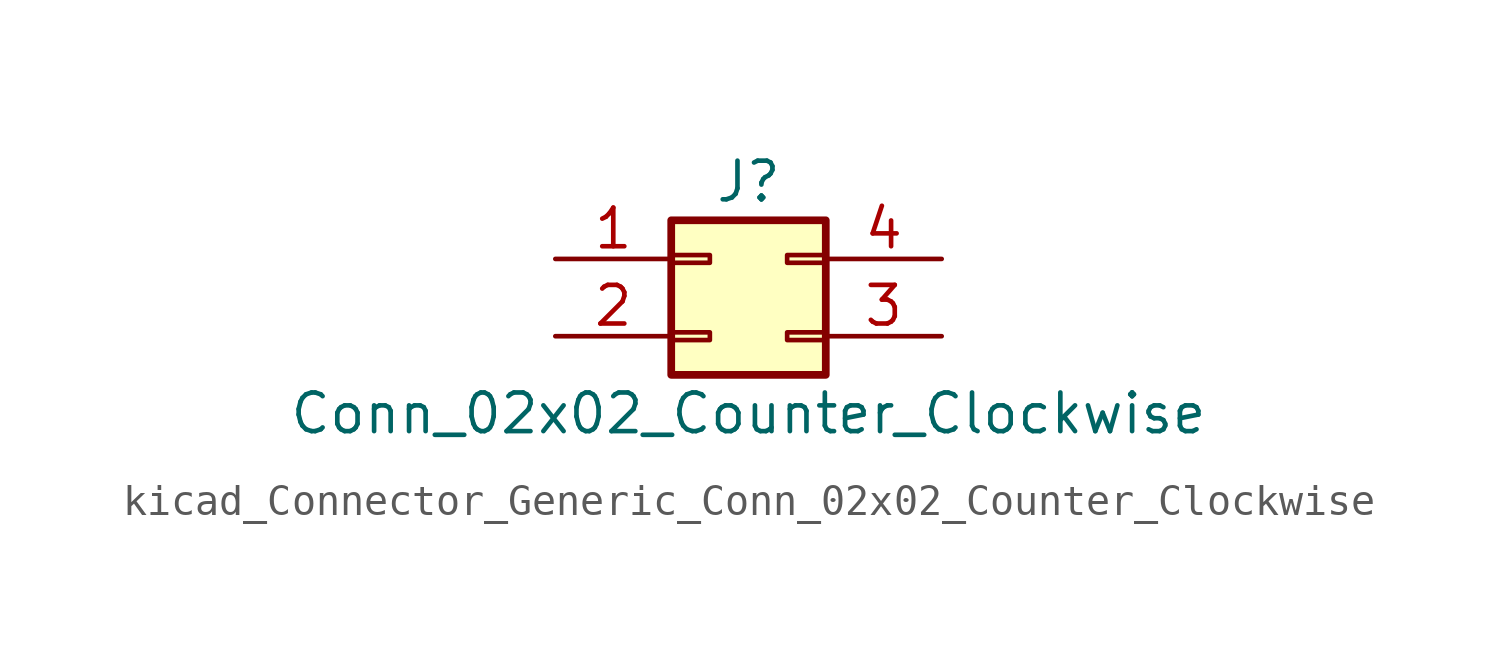
<source format=kicad_sym>
(kicad_symbol_lib
  (version 20220914)
  (generator kicad_symbol_editor)
  (symbol "kicad_Connector_Generic_Conn_02x02_Counter_Clockwise"
    (pin_names
      (offset 1.016) hide)
    (property "Reference" "J"
      (at 1.27 2.54 0)
      (effects (font (size 1.27 1.27))))
    (property "Value" "Conn_02x02_Counter_Clockwise"
      (at 1.27 -5.08 0)
      (effects (font (size 1.27 1.27))))
    (symbol "kicad_Connector_Generic_Conn_02x02_Counter_Clockwise_1_1"
      (rectangle (start -1.27 -2.413) (end 0 -2.667) (stroke (width 0.152) (type default)) (fill (type none)))
      (rectangle (start -1.27 0.127) (end 0 -0.127) (stroke (width 0.152) (type default)) (fill (type none)))
      (rectangle (start -1.27 1.27) (end 3.81 -3.81) (stroke (width 0.254) (type default)) (fill (type background)))
      (rectangle (start 3.81 -2.413) (end 2.54 -2.667) (stroke (width 0.152) (type default)) (fill (type none)))
      (rectangle (start 3.81 0.127) (end 2.54 -0.127) (stroke (width 0.152) (type default)) (fill (type none)))
      (pin passive line (at -5.08 0 0) (length 3.81) (name "Pin_1" (effects (font (size 1.27 1.27)))) (number "1" (effects (font (size 1.27 1.27)))))
      (pin passive line (at -5.08 -2.54 0) (length 3.81) (name "Pin_2" (effects (font (size 1.27 1.27)))) (number "2" (effects (font (size 1.27 1.27)))))
      (pin passive line (at 7.62 -2.54 180) (length 3.81) (name "Pin_3" (effects (font (size 1.27 1.27)))) (number "3" (effects (font (size 1.27 1.27)))))
      (pin passive line (at 7.62 0 180) (length 3.81) (name "Pin_4" (effects (font (size 1.27 1.27)))) (number "4" (effects (font (size 1.27 1.27))))))))
</source>
